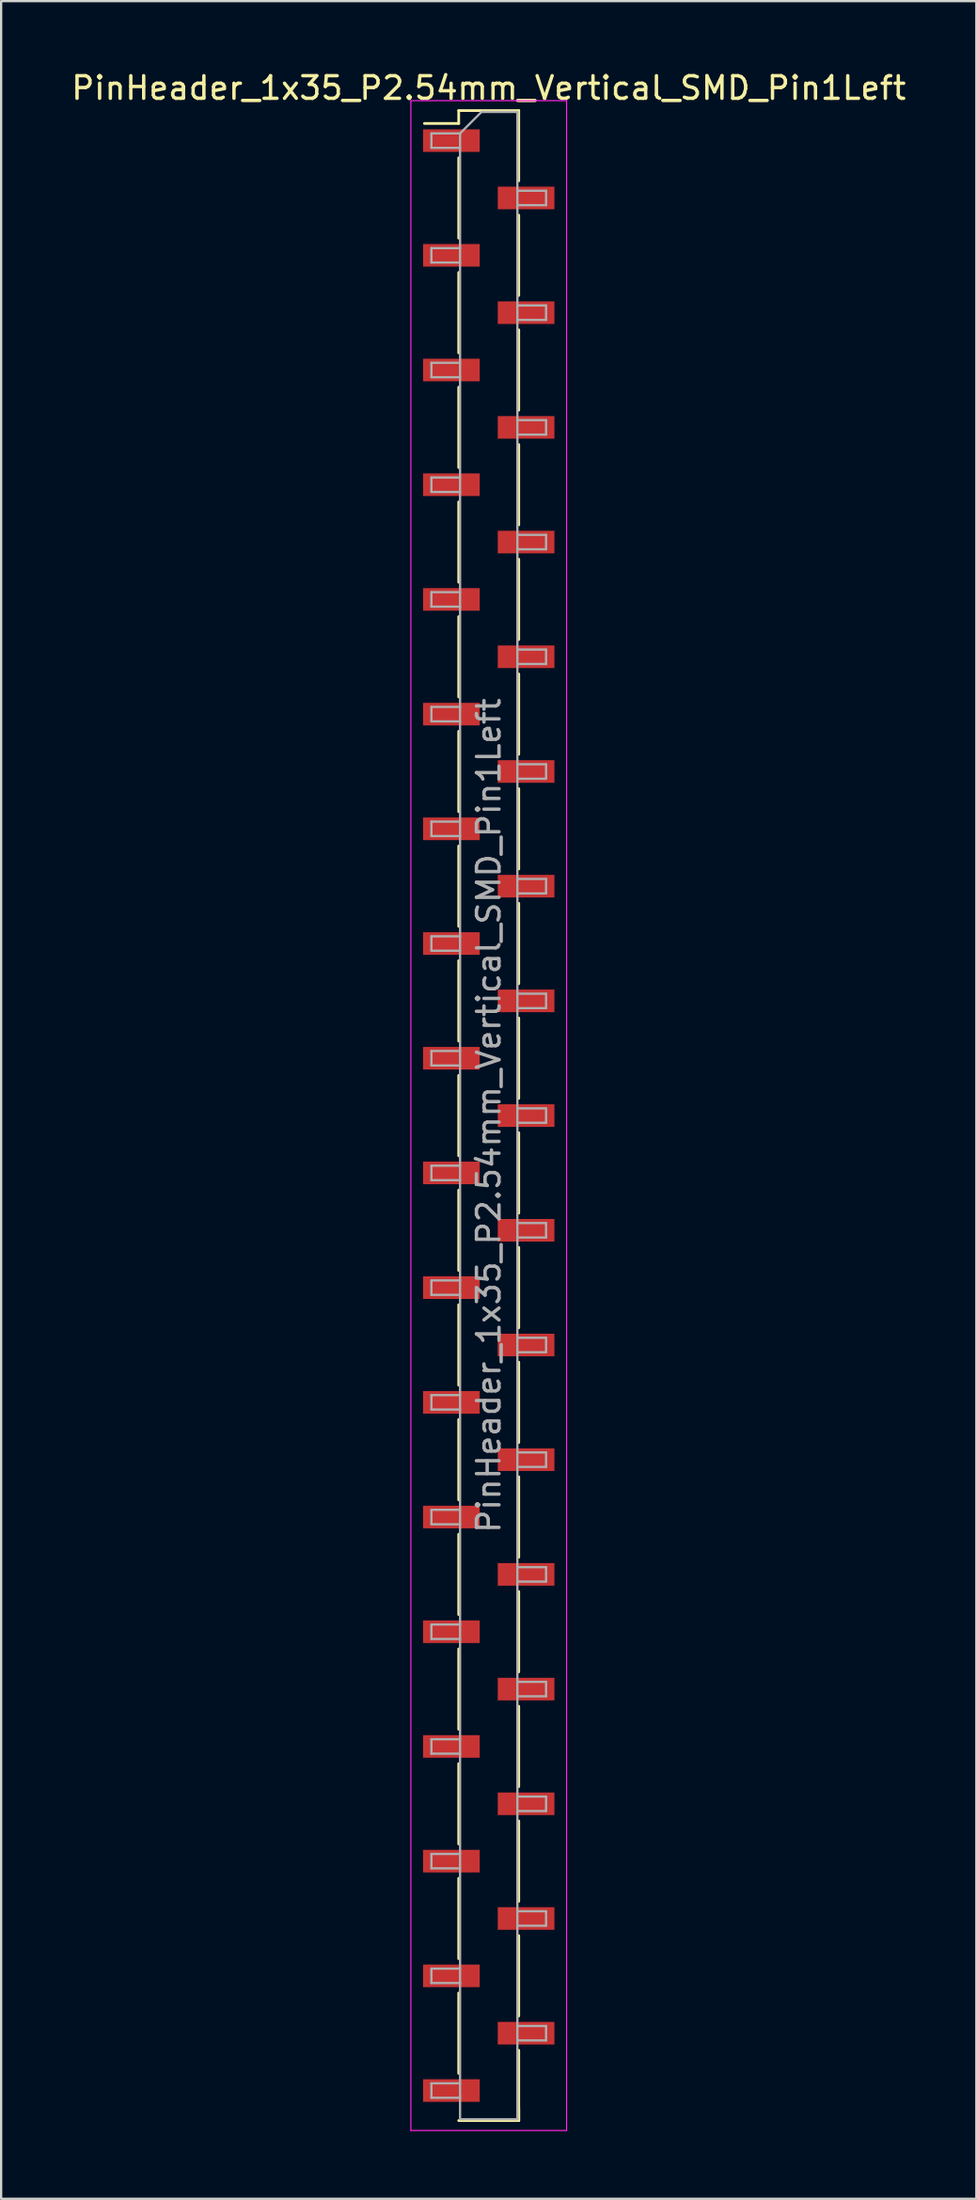
<source format=kicad_pcb>
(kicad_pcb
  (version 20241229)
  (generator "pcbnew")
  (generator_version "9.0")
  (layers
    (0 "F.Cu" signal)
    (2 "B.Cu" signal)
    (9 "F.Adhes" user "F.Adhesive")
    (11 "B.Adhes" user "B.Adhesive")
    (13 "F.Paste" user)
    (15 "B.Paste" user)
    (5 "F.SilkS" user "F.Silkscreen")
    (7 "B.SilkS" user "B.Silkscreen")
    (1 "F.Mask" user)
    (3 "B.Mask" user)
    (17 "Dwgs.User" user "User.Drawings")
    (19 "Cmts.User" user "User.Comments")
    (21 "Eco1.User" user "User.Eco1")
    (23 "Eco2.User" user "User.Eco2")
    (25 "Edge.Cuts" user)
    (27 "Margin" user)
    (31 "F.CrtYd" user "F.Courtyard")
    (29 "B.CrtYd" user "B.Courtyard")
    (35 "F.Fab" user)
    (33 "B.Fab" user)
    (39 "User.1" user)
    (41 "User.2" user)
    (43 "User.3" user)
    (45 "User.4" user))
  (footprint "PinHeader_1x35_P2.54mm_Vertical_SMD_Pin1Left"
    (layer "F.Cu")
    (at 18.601 46.358)
    (property "Reference" "PinHeader_1x35_P2.54mm_Vertical_SMD_Pin1Left" (at 0 -45.51 0) (layer "F.SilkS") (effects (font (size 1 1) (thickness 0.15))))
    (attr smd)
    (fp_line (start -1.33 -44.51) (end -1.33 -43.94) (stroke (width 0.12) (type solid)) (layer "F.SilkS"))
    (fp_line (start -1.33 -44.51) (end 1.33 -44.51) (stroke (width 0.12) (type solid)) (layer "F.SilkS"))
    (fp_line (start -1.33 -43.94) (end -2.85 -43.94) (stroke (width 0.12) (type solid)) (layer "F.SilkS"))
    (fp_line (start -1.33 -42.42) (end -1.33 -38.86) (stroke (width 0.12) (type solid)) (layer "F.SilkS"))
    (fp_line (start -1.33 -37.34) (end -1.33 -33.78) (stroke (width 0.12) (type solid)) (layer "F.SilkS"))
    (fp_line (start -1.33 -32.26) (end -1.33 -28.7) (stroke (width 0.12) (type solid)) (layer "F.SilkS"))
    (fp_line (start -1.33 -27.18) (end -1.33 -23.62) (stroke (width 0.12) (type solid)) (layer "F.SilkS"))
    (fp_line (start -1.33 -22.1) (end -1.33 -18.54) (stroke (width 0.12) (type solid)) (layer "F.SilkS"))
    (fp_line (start -1.33 -17.02) (end -1.33 -13.46) (stroke (width 0.12) (type solid)) (layer "F.SilkS"))
    (fp_line (start -1.33 -11.94) (end -1.33 -8.38) (stroke (width 0.12) (type solid)) (layer "F.SilkS"))
    (fp_line (start -1.33 -6.86) (end -1.33 -3.3) (stroke (width 0.12) (type solid)) (layer "F.SilkS"))
    (fp_line (start -1.33 -1.78) (end -1.33 1.78) (stroke (width 0.12) (type solid)) (layer "F.SilkS"))
    (fp_line (start -1.33 3.3) (end -1.33 6.86) (stroke (width 0.12) (type solid)) (layer "F.SilkS"))
    (fp_line (start -1.33 8.38) (end -1.33 11.94) (stroke (width 0.12) (type solid)) (layer "F.SilkS"))
    (fp_line (start -1.33 13.46) (end -1.33 17.02) (stroke (width 0.12) (type solid)) (layer "F.SilkS"))
    (fp_line (start -1.33 18.54) (end -1.33 22.1) (stroke (width 0.12) (type solid)) (layer "F.SilkS"))
    (fp_line (start -1.33 23.62) (end -1.33 27.18) (stroke (width 0.12) (type solid)) (layer "F.SilkS"))
    (fp_line (start -1.33 28.7) (end -1.33 32.26) (stroke (width 0.12) (type solid)) (layer "F.SilkS"))
    (fp_line (start -1.33 33.78) (end -1.33 37.34) (stroke (width 0.12) (type solid)) (layer "F.SilkS"))
    (fp_line (start -1.33 38.86) (end -1.33 42.42) (stroke (width 0.12) (type solid)) (layer "F.SilkS"))
    (fp_line (start -1.33 44.51) (end 1.33 44.51) (stroke (width 0.12) (type solid)) (layer "F.SilkS"))
    (fp_line (start 1.33 -44.51) (end 1.33 -41.4) (stroke (width 0.12) (type solid)) (layer "F.SilkS"))
    (fp_line (start 1.33 -39.88) (end 1.33 -36.32) (stroke (width 0.12) (type solid)) (layer "F.SilkS"))
    (fp_line (start 1.33 -34.8) (end 1.33 -31.24) (stroke (width 0.12) (type solid)) (layer "F.SilkS"))
    (fp_line (start 1.33 -29.72) (end 1.33 -26.16) (stroke (width 0.12) (type solid)) (layer "F.SilkS"))
    (fp_line (start 1.33 -24.64) (end 1.33 -21.08) (stroke (width 0.12) (type solid)) (layer "F.SilkS"))
    (fp_line (start 1.33 -19.56) (end 1.33 -16) (stroke (width 0.12) (type solid)) (layer "F.SilkS"))
    (fp_line (start 1.33 -14.48) (end 1.33 -10.92) (stroke (width 0.12) (type solid)) (layer "F.SilkS"))
    (fp_line (start 1.33 -9.4) (end 1.33 -5.84) (stroke (width 0.12) (type solid)) (layer "F.SilkS"))
    (fp_line (start 1.33 -4.32) (end 1.33 -0.76) (stroke (width 0.12) (type solid)) (layer "F.SilkS"))
    (fp_line (start 1.33 0.76) (end 1.33 4.32) (stroke (width 0.12) (type solid)) (layer "F.SilkS"))
    (fp_line (start 1.33 5.84) (end 1.33 9.4) (stroke (width 0.12) (type solid)) (layer "F.SilkS"))
    (fp_line (start 1.33 10.92) (end 1.33 14.48) (stroke (width 0.12) (type solid)) (layer "F.SilkS"))
    (fp_line (start 1.33 16) (end 1.33 19.56) (stroke (width 0.12) (type solid)) (layer "F.SilkS"))
    (fp_line (start 1.33 21.08) (end 1.33 24.64) (stroke (width 0.12) (type solid)) (layer "F.SilkS"))
    (fp_line (start 1.33 26.16) (end 1.33 29.72) (stroke (width 0.12) (type solid)) (layer "F.SilkS"))
    (fp_line (start 1.33 31.24) (end 1.33 34.8) (stroke (width 0.12) (type solid)) (layer "F.SilkS"))
    (fp_line (start 1.33 36.32) (end 1.33 39.88) (stroke (width 0.12) (type solid)) (layer "F.SilkS"))
    (fp_line (start 1.33 41.4) (end 1.33 44.51) (stroke (width 0.12) (type solid)) (layer "F.SilkS"))
    (fp_line (start 1.33 43.94) (end 1.33 44.51) (stroke (width 0.12) (type solid)) (layer "F.SilkS"))
    (fp_line (start -3.45 -44.95) (end -3.45 44.95) (stroke (width 0.05) (type solid)) (layer "F.CrtYd"))
    (fp_line (start -3.45 44.95) (end 3.45 44.95) (stroke (width 0.05) (type solid)) (layer "F.CrtYd"))
    (fp_line (start 3.45 -44.95) (end -3.45 -44.95) (stroke (width 0.05) (type solid)) (layer "F.CrtYd"))
    (fp_line (start 3.45 44.95) (end 3.45 -44.95) (stroke (width 0.05) (type solid)) (layer "F.CrtYd"))
    (fp_line (start -2.54 -43.5) (end -2.54 -42.86) (stroke (width 0.1) (type solid)) (layer "F.Fab"))
    (fp_line (start -2.54 -42.86) (end -1.27 -42.86) (stroke (width 0.1) (type solid)) (layer "F.Fab"))
    (fp_line (start -2.54 -38.42) (end -2.54 -37.78) (stroke (width 0.1) (type solid)) (layer "F.Fab"))
    (fp_line (start -2.54 -37.78) (end -1.27 -37.78) (stroke (width 0.1) (type solid)) (layer "F.Fab"))
    (fp_line (start -2.54 -33.34) (end -2.54 -32.7) (stroke (width 0.1) (type solid)) (layer "F.Fab"))
    (fp_line (start -2.54 -32.7) (end -1.27 -32.7) (stroke (width 0.1) (type solid)) (layer "F.Fab"))
    (fp_line (start -2.54 -28.26) (end -2.54 -27.62) (stroke (width 0.1) (type solid)) (layer "F.Fab"))
    (fp_line (start -2.54 -27.62) (end -1.27 -27.62) (stroke (width 0.1) (type solid)) (layer "F.Fab"))
    (fp_line (start -2.54 -23.18) (end -2.54 -22.54) (stroke (width 0.1) (type solid)) (layer "F.Fab"))
    (fp_line (start -2.54 -22.54) (end -1.27 -22.54) (stroke (width 0.1) (type solid)) (layer "F.Fab"))
    (fp_line (start -2.54 -18.1) (end -2.54 -17.46) (stroke (width 0.1) (type solid)) (layer "F.Fab"))
    (fp_line (start -2.54 -17.46) (end -1.27 -17.46) (stroke (width 0.1) (type solid)) (layer "F.Fab"))
    (fp_line (start -2.54 -13.02) (end -2.54 -12.38) (stroke (width 0.1) (type solid)) (layer "F.Fab"))
    (fp_line (start -2.54 -12.38) (end -1.27 -12.38) (stroke (width 0.1) (type solid)) (layer "F.Fab"))
    (fp_line (start -2.54 -7.94) (end -2.54 -7.3) (stroke (width 0.1) (type solid)) (layer "F.Fab"))
    (fp_line (start -2.54 -7.3) (end -1.27 -7.3) (stroke (width 0.1) (type solid)) (layer "F.Fab"))
    (fp_line (start -2.54 -2.86) (end -2.54 -2.22) (stroke (width 0.1) (type solid)) (layer "F.Fab"))
    (fp_line (start -2.54 -2.22) (end -1.27 -2.22) (stroke (width 0.1) (type solid)) (layer "F.Fab"))
    (fp_line (start -2.54 2.22) (end -2.54 2.86) (stroke (width 0.1) (type solid)) (layer "F.Fab"))
    (fp_line (start -2.54 2.86) (end -1.27 2.86) (stroke (width 0.1) (type solid)) (layer "F.Fab"))
    (fp_line (start -2.54 7.3) (end -2.54 7.94) (stroke (width 0.1) (type solid)) (layer "F.Fab"))
    (fp_line (start -2.54 7.94) (end -1.27 7.94) (stroke (width 0.1) (type solid)) (layer "F.Fab"))
    (fp_line (start -2.54 12.38) (end -2.54 13.02) (stroke (width 0.1) (type solid)) (layer "F.Fab"))
    (fp_line (start -2.54 13.02) (end -1.27 13.02) (stroke (width 0.1) (type solid)) (layer "F.Fab"))
    (fp_line (start -2.54 17.46) (end -2.54 18.1) (stroke (width 0.1) (type solid)) (layer "F.Fab"))
    (fp_line (start -2.54 18.1) (end -1.27 18.1) (stroke (width 0.1) (type solid)) (layer "F.Fab"))
    (fp_line (start -2.54 22.54) (end -2.54 23.18) (stroke (width 0.1) (type solid)) (layer "F.Fab"))
    (fp_line (start -2.54 23.18) (end -1.27 23.18) (stroke (width 0.1) (type solid)) (layer "F.Fab"))
    (fp_line (start -2.54 27.62) (end -2.54 28.26) (stroke (width 0.1) (type solid)) (layer "F.Fab"))
    (fp_line (start -2.54 28.26) (end -1.27 28.26) (stroke (width 0.1) (type solid)) (layer "F.Fab"))
    (fp_line (start -2.54 32.7) (end -2.54 33.34) (stroke (width 0.1) (type solid)) (layer "F.Fab"))
    (fp_line (start -2.54 33.34) (end -1.27 33.34) (stroke (width 0.1) (type solid)) (layer "F.Fab"))
    (fp_line (start -2.54 37.78) (end -2.54 38.42) (stroke (width 0.1) (type solid)) (layer "F.Fab"))
    (fp_line (start -2.54 38.42) (end -1.27 38.42) (stroke (width 0.1) (type solid)) (layer "F.Fab"))
    (fp_line (start -2.54 42.86) (end -2.54 43.5) (stroke (width 0.1) (type solid)) (layer "F.Fab"))
    (fp_line (start -2.54 43.5) (end -1.27 43.5) (stroke (width 0.1) (type solid)) (layer "F.Fab"))
    (fp_line (start -1.27 -43.5) (end -2.54 -43.5) (stroke (width 0.1) (type solid)) (layer "F.Fab"))
    (fp_line (start -1.27 -43.5) (end -0.32 -44.45) (stroke (width 0.1) (type solid)) (layer "F.Fab"))
    (fp_line (start -1.27 -38.42) (end -2.54 -38.42) (stroke (width 0.1) (type solid)) (layer "F.Fab"))
    (fp_line (start -1.27 -33.34) (end -2.54 -33.34) (stroke (width 0.1) (type solid)) (layer "F.Fab"))
    (fp_line (start -1.27 -28.26) (end -2.54 -28.26) (stroke (width 0.1) (type solid)) (layer "F.Fab"))
    (fp_line (start -1.27 -23.18) (end -2.54 -23.18) (stroke (width 0.1) (type solid)) (layer "F.Fab"))
    (fp_line (start -1.27 -18.1) (end -2.54 -18.1) (stroke (width 0.1) (type solid)) (layer "F.Fab"))
    (fp_line (start -1.27 -13.02) (end -2.54 -13.02) (stroke (width 0.1) (type solid)) (layer "F.Fab"))
    (fp_line (start -1.27 -7.94) (end -2.54 -7.94) (stroke (width 0.1) (type solid)) (layer "F.Fab"))
    (fp_line (start -1.27 -2.86) (end -2.54 -2.86) (stroke (width 0.1) (type solid)) (layer "F.Fab"))
    (fp_line (start -1.27 2.22) (end -2.54 2.22) (stroke (width 0.1) (type solid)) (layer "F.Fab"))
    (fp_line (start -1.27 7.3) (end -2.54 7.3) (stroke (width 0.1) (type solid)) (layer "F.Fab"))
    (fp_line (start -1.27 12.38) (end -2.54 12.38) (stroke (width 0.1) (type solid)) (layer "F.Fab"))
    (fp_line (start -1.27 17.46) (end -2.54 17.46) (stroke (width 0.1) (type solid)) (layer "F.Fab"))
    (fp_line (start -1.27 22.54) (end -2.54 22.54) (stroke (width 0.1) (type solid)) (layer "F.Fab"))
    (fp_line (start -1.27 27.62) (end -2.54 27.62) (stroke (width 0.1) (type solid)) (layer "F.Fab"))
    (fp_line (start -1.27 32.7) (end -2.54 32.7) (stroke (width 0.1) (type solid)) (layer "F.Fab"))
    (fp_line (start -1.27 37.78) (end -2.54 37.78) (stroke (width 0.1) (type solid)) (layer "F.Fab"))
    (fp_line (start -1.27 42.86) (end -2.54 42.86) (stroke (width 0.1) (type solid)) (layer "F.Fab"))
    (fp_line (start -1.27 44.45) (end -1.27 -43.5) (stroke (width 0.1) (type solid)) (layer "F.Fab"))
    (fp_line (start -0.32 -44.45) (end 1.27 -44.45) (stroke (width 0.1) (type solid)) (layer "F.Fab"))
    (fp_line (start 1.27 -44.45) (end 1.27 44.45) (stroke (width 0.1) (type solid)) (layer "F.Fab"))
    (fp_line (start 1.27 -40.96) (end 2.54 -40.96) (stroke (width 0.1) (type solid)) (layer "F.Fab"))
    (fp_line (start 1.27 -35.88) (end 2.54 -35.88) (stroke (width 0.1) (type solid)) (layer "F.Fab"))
    (fp_line (start 1.27 -30.8) (end 2.54 -30.8) (stroke (width 0.1) (type solid)) (layer "F.Fab"))
    (fp_line (start 1.27 -25.72) (end 2.54 -25.72) (stroke (width 0.1) (type solid)) (layer "F.Fab"))
    (fp_line (start 1.27 -20.64) (end 2.54 -20.64) (stroke (width 0.1) (type solid)) (layer "F.Fab"))
    (fp_line (start 1.27 -15.56) (end 2.54 -15.56) (stroke (width 0.1) (type solid)) (layer "F.Fab"))
    (fp_line (start 1.27 -10.48) (end 2.54 -10.48) (stroke (width 0.1) (type solid)) (layer "F.Fab"))
    (fp_line (start 1.27 -5.4) (end 2.54 -5.4) (stroke (width 0.1) (type solid)) (layer "F.Fab"))
    (fp_line (start 1.27 -0.32) (end 2.54 -0.32) (stroke (width 0.1) (type solid)) (layer "F.Fab"))
    (fp_line (start 1.27 4.76) (end 2.54 4.76) (stroke (width 0.1) (type solid)) (layer "F.Fab"))
    (fp_line (start 1.27 9.84) (end 2.54 9.84) (stroke (width 0.1) (type solid)) (layer "F.Fab"))
    (fp_line (start 1.27 14.92) (end 2.54 14.92) (stroke (width 0.1) (type solid)) (layer "F.Fab"))
    (fp_line (start 1.27 20) (end 2.54 20) (stroke (width 0.1) (type solid)) (layer "F.Fab"))
    (fp_line (start 1.27 25.08) (end 2.54 25.08) (stroke (width 0.1) (type solid)) (layer "F.Fab"))
    (fp_line (start 1.27 30.16) (end 2.54 30.16) (stroke (width 0.1) (type solid)) (layer "F.Fab"))
    (fp_line (start 1.27 35.24) (end 2.54 35.24) (stroke (width 0.1) (type solid)) (layer "F.Fab"))
    (fp_line (start 1.27 40.32) (end 2.54 40.32) (stroke (width 0.1) (type solid)) (layer "F.Fab"))
    (fp_line (start 1.27 44.45) (end -1.27 44.45) (stroke (width 0.1) (type solid)) (layer "F.Fab"))
    (fp_line (start 2.54 -40.96) (end 2.54 -40.32) (stroke (width 0.1) (type solid)) (layer "F.Fab"))
    (fp_line (start 2.54 -40.32) (end 1.27 -40.32) (stroke (width 0.1) (type solid)) (layer "F.Fab"))
    (fp_line (start 2.54 -35.88) (end 2.54 -35.24) (stroke (width 0.1) (type solid)) (layer "F.Fab"))
    (fp_line (start 2.54 -35.24) (end 1.27 -35.24) (stroke (width 0.1) (type solid)) (layer "F.Fab"))
    (fp_line (start 2.54 -30.8) (end 2.54 -30.16) (stroke (width 0.1) (type solid)) (layer "F.Fab"))
    (fp_line (start 2.54 -30.16) (end 1.27 -30.16) (stroke (width 0.1) (type solid)) (layer "F.Fab"))
    (fp_line (start 2.54 -25.72) (end 2.54 -25.08) (stroke (width 0.1) (type solid)) (layer "F.Fab"))
    (fp_line (start 2.54 -25.08) (end 1.27 -25.08) (stroke (width 0.1) (type solid)) (layer "F.Fab"))
    (fp_line (start 2.54 -20.64) (end 2.54 -20) (stroke (width 0.1) (type solid)) (layer "F.Fab"))
    (fp_line (start 2.54 -20) (end 1.27 -20) (stroke (width 0.1) (type solid)) (layer "F.Fab"))
    (fp_line (start 2.54 -15.56) (end 2.54 -14.92) (stroke (width 0.1) (type solid)) (layer "F.Fab"))
    (fp_line (start 2.54 -14.92) (end 1.27 -14.92) (stroke (width 0.1) (type solid)) (layer "F.Fab"))
    (fp_line (start 2.54 -10.48) (end 2.54 -9.84) (stroke (width 0.1) (type solid)) (layer "F.Fab"))
    (fp_line (start 2.54 -9.84) (end 1.27 -9.84) (stroke (width 0.1) (type solid)) (layer "F.Fab"))
    (fp_line (start 2.54 -5.4) (end 2.54 -4.76) (stroke (width 0.1) (type solid)) (layer "F.Fab"))
    (fp_line (start 2.54 -4.76) (end 1.27 -4.76) (stroke (width 0.1) (type solid)) (layer "F.Fab"))
    (fp_line (start 2.54 -0.32) (end 2.54 0.32) (stroke (width 0.1) (type solid)) (layer "F.Fab"))
    (fp_line (start 2.54 0.32) (end 1.27 0.32) (stroke (width 0.1) (type solid)) (layer "F.Fab"))
    (fp_line (start 2.54 4.76) (end 2.54 5.4) (stroke (width 0.1) (type solid)) (layer "F.Fab"))
    (fp_line (start 2.54 5.4) (end 1.27 5.4) (stroke (width 0.1) (type solid)) (layer "F.Fab"))
    (fp_line (start 2.54 9.84) (end 2.54 10.48) (stroke (width 0.1) (type solid)) (layer "F.Fab"))
    (fp_line (start 2.54 10.48) (end 1.27 10.48) (stroke (width 0.1) (type solid)) (layer "F.Fab"))
    (fp_line (start 2.54 14.92) (end 2.54 15.56) (stroke (width 0.1) (type solid)) (layer "F.Fab"))
    (fp_line (start 2.54 15.56) (end 1.27 15.56) (stroke (width 0.1) (type solid)) (layer "F.Fab"))
    (fp_line (start 2.54 20) (end 2.54 20.64) (stroke (width 0.1) (type solid)) (layer "F.Fab"))
    (fp_line (start 2.54 20.64) (end 1.27 20.64) (stroke (width 0.1) (type solid)) (layer "F.Fab"))
    (fp_line (start 2.54 25.08) (end 2.54 25.72) (stroke (width 0.1) (type solid)) (layer "F.Fab"))
    (fp_line (start 2.54 25.72) (end 1.27 25.72) (stroke (width 0.1) (type solid)) (layer "F.Fab"))
    (fp_line (start 2.54 30.16) (end 2.54 30.8) (stroke (width 0.1) (type solid)) (layer "F.Fab"))
    (fp_line (start 2.54 30.8) (end 1.27 30.8) (stroke (width 0.1) (type solid)) (layer "F.Fab"))
    (fp_line (start 2.54 35.24) (end 2.54 35.88) (stroke (width 0.1) (type solid)) (layer "F.Fab"))
    (fp_line (start 2.54 35.88) (end 1.27 35.88) (stroke (width 0.1) (type solid)) (layer "F.Fab"))
    (fp_line (start 2.54 40.32) (end 2.54 40.96) (stroke (width 0.1) (type solid)) (layer "F.Fab"))
    (fp_line (start 2.54 40.96) (end 1.27 40.96) (stroke (width 0.1) (type solid)) (layer "F.Fab"))
    (fp_text user "${REFERENCE}" (at 0 0 90) (layer "F.Fab") (effects (font (size 1 1) (thickness 0.15))))
    (pad "1" smd rect (at -1.655 -43.18) (size 2.51 1) (layers "F.Cu" "F.Mask" "F.Paste"))
    (pad "2" smd rect (at 1.655 -40.64) (size 2.51 1) (layers "F.Cu" "F.Mask" "F.Paste"))
    (pad "3" smd rect (at -1.655 -38.1) (size 2.51 1) (layers "F.Cu" "F.Mask" "F.Paste"))
    (pad "4" smd rect (at 1.655 -35.56) (size 2.51 1) (layers "F.Cu" "F.Mask" "F.Paste"))
    (pad "5" smd rect (at -1.655 -33.02) (size 2.51 1) (layers "F.Cu" "F.Mask" "F.Paste"))
    (pad "6" smd rect (at 1.655 -30.48) (size 2.51 1) (layers "F.Cu" "F.Mask" "F.Paste"))
    (pad "7" smd rect (at -1.655 -27.94) (size 2.51 1) (layers "F.Cu" "F.Mask" "F.Paste"))
    (pad "8" smd rect (at 1.655 -25.4) (size 2.51 1) (layers "F.Cu" "F.Mask" "F.Paste"))
    (pad "9" smd rect (at -1.655 -22.86) (size 2.51 1) (layers "F.Cu" "F.Mask" "F.Paste"))
    (pad "10" smd rect (at 1.655 -20.32) (size 2.51 1) (layers "F.Cu" "F.Mask" "F.Paste"))
    (pad "11" smd rect (at -1.655 -17.78) (size 2.51 1) (layers "F.Cu" "F.Mask" "F.Paste"))
    (pad "12" smd rect (at 1.655 -15.24) (size 2.51 1) (layers "F.Cu" "F.Mask" "F.Paste"))
    (pad "13" smd rect (at -1.655 -12.7) (size 2.51 1) (layers "F.Cu" "F.Mask" "F.Paste"))
    (pad "14" smd rect (at 1.655 -10.16) (size 2.51 1) (layers "F.Cu" "F.Mask" "F.Paste"))
    (pad "15" smd rect (at -1.655 -7.62) (size 2.51 1) (layers "F.Cu" "F.Mask" "F.Paste"))
    (pad "16" smd rect (at 1.655 -5.08) (size 2.51 1) (layers "F.Cu" "F.Mask" "F.Paste"))
    (pad "17" smd rect (at -1.655 -2.54) (size 2.51 1) (layers "F.Cu" "F.Mask" "F.Paste"))
    (pad "18" smd rect (at 1.655 0) (size 2.51 1) (layers "F.Cu" "F.Mask" "F.Paste"))
    (pad "19" smd rect (at -1.655 2.54) (size 2.51 1) (layers "F.Cu" "F.Mask" "F.Paste"))
    (pad "20" smd rect (at 1.655 5.08) (size 2.51 1) (layers "F.Cu" "F.Mask" "F.Paste"))
    (pad "21" smd rect (at -1.655 7.62) (size 2.51 1) (layers "F.Cu" "F.Mask" "F.Paste"))
    (pad "22" smd rect (at 1.655 10.16) (size 2.51 1) (layers "F.Cu" "F.Mask" "F.Paste"))
    (pad "23" smd rect (at -1.655 12.7) (size 2.51 1) (layers "F.Cu" "F.Mask" "F.Paste"))
    (pad "24" smd rect (at 1.655 15.24) (size 2.51 1) (layers "F.Cu" "F.Mask" "F.Paste"))
    (pad "25" smd rect (at -1.655 17.78) (size 2.51 1) (layers "F.Cu" "F.Mask" "F.Paste"))
    (pad "26" smd rect (at 1.655 20.32) (size 2.51 1) (layers "F.Cu" "F.Mask" "F.Paste"))
    (pad "27" smd rect (at -1.655 22.86) (size 2.51 1) (layers "F.Cu" "F.Mask" "F.Paste"))
    (pad "28" smd rect (at 1.655 25.4) (size 2.51 1) (layers "F.Cu" "F.Mask" "F.Paste"))
    (pad "29" smd rect (at -1.655 27.94) (size 2.51 1) (layers "F.Cu" "F.Mask" "F.Paste"))
    (pad "30" smd rect (at 1.655 30.48) (size 2.51 1) (layers "F.Cu" "F.Mask" "F.Paste"))
    (pad "31" smd rect (at -1.655 33.02) (size 2.51 1) (layers "F.Cu" "F.Mask" "F.Paste"))
    (pad "32" smd rect (at 1.655 35.56) (size 2.51 1) (layers "F.Cu" "F.Mask" "F.Paste"))
    (pad "33" smd rect (at -1.655 38.1) (size 2.51 1) (layers "F.Cu" "F.Mask" "F.Paste"))
    (pad "34" smd rect (at 1.655 40.64) (size 2.51 1) (layers "F.Cu" "F.Mask" "F.Paste"))
    (pad "35" smd rect (at -1.655 43.18) (size 2.51 1) (layers "F.Cu" "F.Mask" "F.Paste")))
  (gr_rect
    (start -3 -3)
    (end 40.202 94.333)
    (stroke (width 0.1) (type default))
    (fill no)
    (layer "Edge.Cuts")))
</source>
